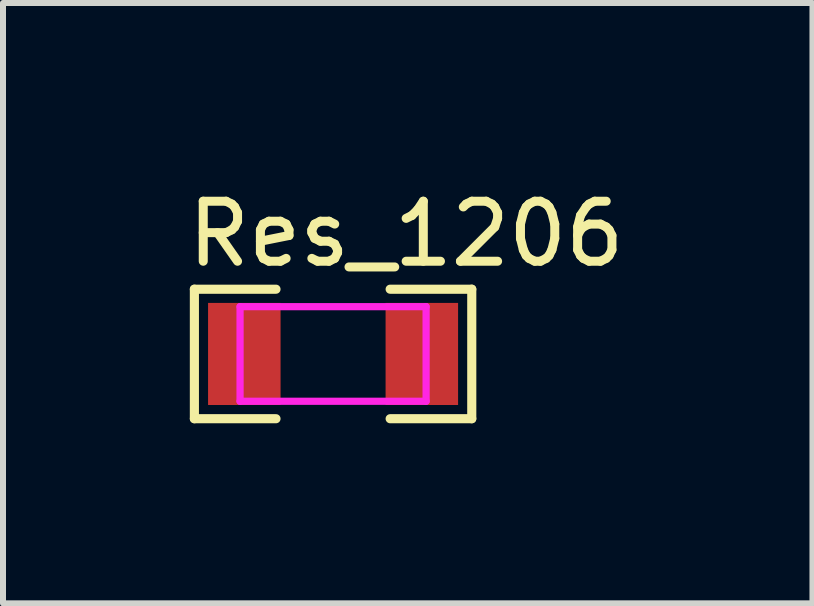
<source format=kicad_pcb>
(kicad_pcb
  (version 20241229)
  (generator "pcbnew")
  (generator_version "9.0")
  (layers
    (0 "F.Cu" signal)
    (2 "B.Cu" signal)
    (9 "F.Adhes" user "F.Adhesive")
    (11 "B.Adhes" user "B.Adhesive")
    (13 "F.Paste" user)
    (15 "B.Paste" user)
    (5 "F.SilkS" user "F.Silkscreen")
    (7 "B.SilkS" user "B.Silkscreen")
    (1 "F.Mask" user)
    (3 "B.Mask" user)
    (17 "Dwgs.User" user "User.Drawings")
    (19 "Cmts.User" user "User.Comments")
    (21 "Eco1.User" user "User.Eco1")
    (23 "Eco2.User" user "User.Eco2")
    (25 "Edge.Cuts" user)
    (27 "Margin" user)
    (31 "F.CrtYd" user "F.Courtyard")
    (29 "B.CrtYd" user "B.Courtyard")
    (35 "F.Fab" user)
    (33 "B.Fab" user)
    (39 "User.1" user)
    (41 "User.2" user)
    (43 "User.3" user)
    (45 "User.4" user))
  (footprint "Res_1206"
    (layer "F.Cu")
    (at 2.5 2.848)
    (property "Reference" "Res_1206" (at -2.5 -2 0) (layer "F.SilkS") (effects (font (size 1 1) (thickness 0.15)) (justify left)))
    (attr through_hole)
    (fp_line (start -2.311 -1.079) (end -0.951 -1.079) (stroke (width 0.152) (type solid)) (layer "F.SilkS"))
    (fp_line (start -2.311 1.079) (end -2.311 -1.079) (stroke (width 0.152) (type solid)) (layer "F.SilkS"))
    (fp_line (start -0.951 1.079) (end -2.311 1.079) (stroke (width 0.152) (type solid)) (layer "F.SilkS"))
    (fp_line (start 0.951 1.079) (end 2.311 1.079) (stroke (width 0.152) (type solid)) (layer "F.SilkS"))
    (fp_line (start 2.311 -1.079) (end 0.951 -1.079) (stroke (width 0.152) (type solid)) (layer "F.SilkS"))
    (fp_line (start 2.311 1.079) (end 2.311 -1.079) (stroke (width 0.152) (type solid)) (layer "F.SilkS"))
    (fp_poly (pts (xy -0.875 0.75) (xy -0.875 0.389) (xy -0.975 0.289) (xy -1.186 0.289) (xy -1.286 0.189) (xy -1.286 -0.189) (xy -1.186 -0.289) (xy -0.975 -0.289) (xy -0.875 -0.389) (xy -0.875 -0.75) (xy -0.975 -0.85) (xy -1.983 -0.85) (xy -2.083 -0.75) (xy -2.083 0.75) (xy -1.983 0.85) (xy -0.975 0.85)) (stroke (width 0.12) (type solid)) (fill yes) (layer "F.Paste"))
    (fp_poly (pts (xy 0.875 0.75) (xy 0.875 0.389) (xy 0.975 0.289) (xy 1.186 0.289) (xy 1.286 0.189) (xy 1.286 -0.189) (xy 1.186 -0.289) (xy 0.975 -0.289) (xy 0.875 -0.389) (xy 0.875 -0.75) (xy 0.975 -0.85) (xy 1.983 -0.85) (xy 2.083 -0.75) (xy 2.083 0.75) (xy 1.983 0.85) (xy 0.975 0.85)) (stroke (width 0.12) (type solid)) (fill yes) (layer "F.Paste"))
    (fp_circle (center -1.55 0.787) (end -1.52 0.787) (stroke (width 0.06) (type solid)) (fill no) (layer "Eco2.User"))
    (fp_poly (pts (xy -1.55 0.788) (xy -1.55 -0.788) (xy -1.1 -0.788) (xy -1.1 0.788)) (stroke (width 0.12) (type solid)) (fill no) (layer "Eco2.User"))
    (fp_poly (pts (xy 1.55 0.788) (xy 1.55 -0.788) (xy 1.1 -0.788) (xy 1.1 0.788)) (stroke (width 0.12) (type solid)) (fill no) (layer "Eco2.User"))
    (fp_line (start -1.55 -0.788) (end 1.55 -0.788) (stroke (width 0.12) (type solid)) (layer "F.CrtYd"))
    (fp_line (start -1.55 0.788) (end -1.55 -0.788) (stroke (width 0.12) (type solid)) (layer "F.CrtYd"))
    (fp_line (start 1.55 -0.788) (end 1.55 0.788) (stroke (width 0.12) (type solid)) (layer "F.CrtYd"))
    (fp_line (start 1.55 0.788) (end -1.55 0.788) (stroke (width 0.12) (type solid)) (layer "F.CrtYd"))
    (pad "1" smd rect (at -1.479 0) (size 1.208 1.701) (layers "F.Cu" "F.Mask" "F.Paste"))
    (pad "2" smd rect (at 1.479 0) (size 1.208 1.701) (layers "F.Cu" "F.Mask" "F.Paste")))
  (gr_rect
    (start -3 -3)
    (end 10.488 7.003)
    (stroke (width 0.1) (type default))
    (fill no)
    (layer "Edge.Cuts")))
</source>
